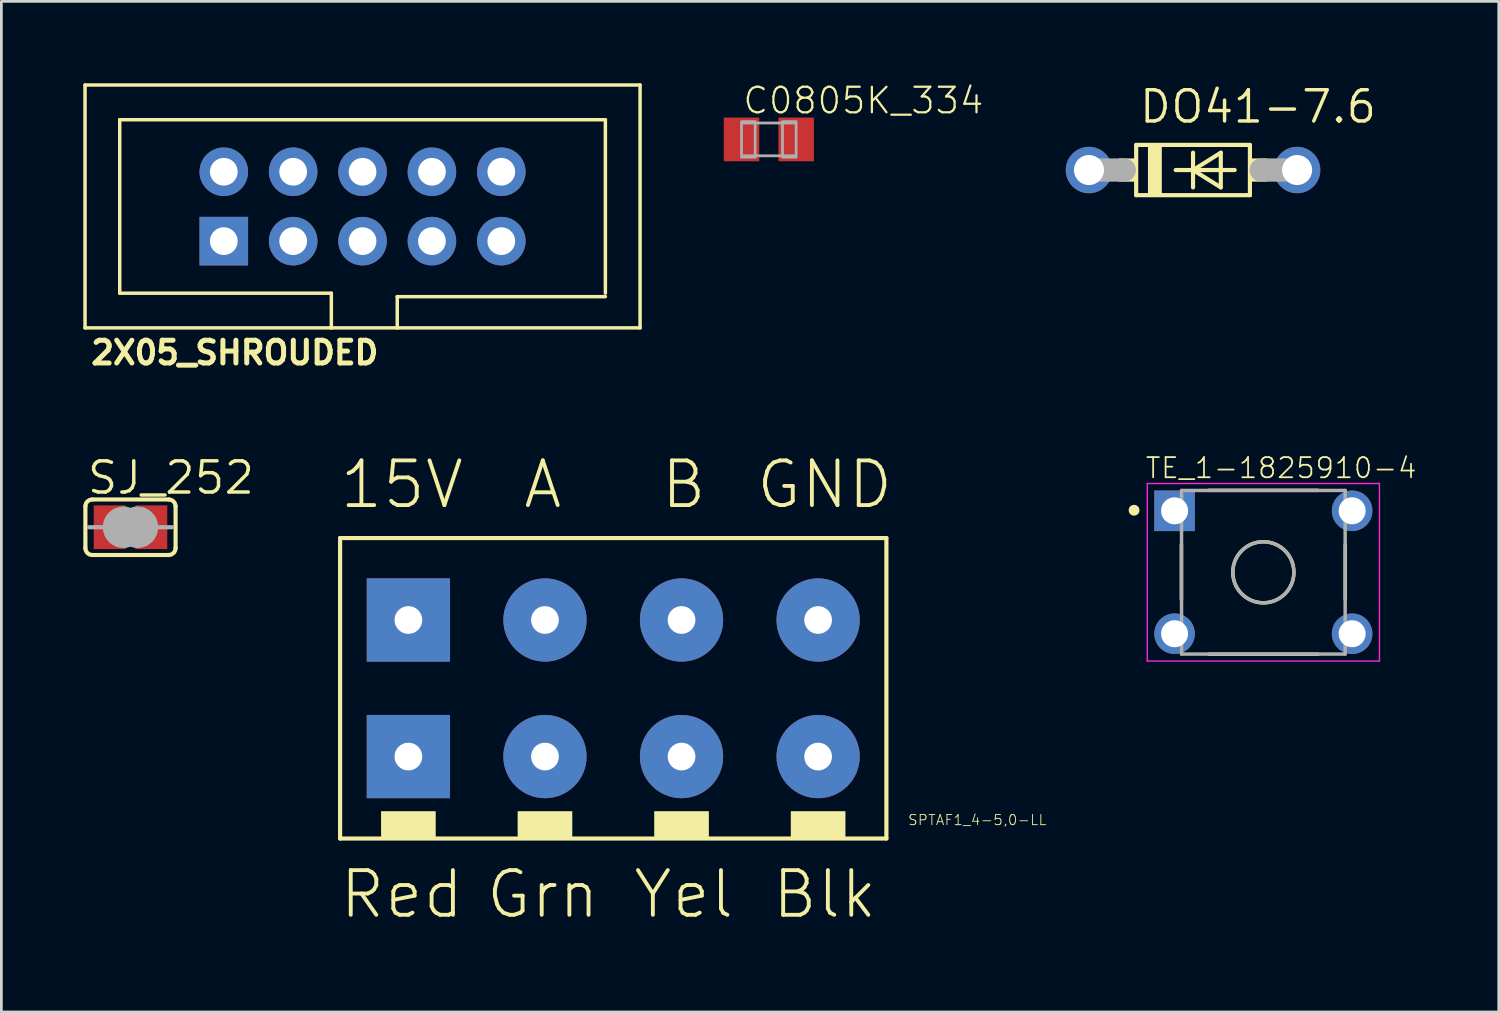
<source format=kicad_pcb>
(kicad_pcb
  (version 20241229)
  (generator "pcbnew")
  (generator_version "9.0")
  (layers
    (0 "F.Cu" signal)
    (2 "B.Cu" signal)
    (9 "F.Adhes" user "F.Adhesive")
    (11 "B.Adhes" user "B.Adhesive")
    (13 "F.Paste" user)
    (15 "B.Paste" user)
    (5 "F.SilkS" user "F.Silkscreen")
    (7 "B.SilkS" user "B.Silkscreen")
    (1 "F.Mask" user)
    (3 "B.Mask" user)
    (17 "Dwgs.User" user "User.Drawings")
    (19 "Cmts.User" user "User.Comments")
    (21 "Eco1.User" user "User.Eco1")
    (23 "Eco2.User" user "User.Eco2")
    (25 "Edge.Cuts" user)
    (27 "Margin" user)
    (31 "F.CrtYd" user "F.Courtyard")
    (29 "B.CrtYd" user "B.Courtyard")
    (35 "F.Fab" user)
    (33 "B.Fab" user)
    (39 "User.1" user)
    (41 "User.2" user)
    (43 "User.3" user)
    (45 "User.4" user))
  (footprint "SPTAF1_4-5,0-LL"
    (layer "F.Cu")
    (at 19.614 22.108)
    (property "Reference" "SPTAF1_4-5,0-LL" (at 10.557 5.08 0) (unlocked yes) (layer "F.SilkS") (effects (font (size 0.374 0.374) (thickness 0.033)) (justify left bottom)))
    (fp_line (start -10.213 -5.46) (end -10.213 5.54) (stroke (width 0.152) (type solid)) (layer "F.SilkS"))
    (fp_line (start -10.213 5.54) (end 9.787 5.54) (stroke (width 0.152) (type solid)) (layer "F.SilkS"))
    (fp_line (start 9.787 -5.46) (end -10.213 -5.46) (stroke (width 0.152) (type solid)) (layer "F.SilkS"))
    (fp_line (start 9.787 5.54) (end 9.787 -5.46) (stroke (width 0.152) (type solid)) (layer "F.SilkS"))
    (fp_poly (pts (xy -6.713 4.54) (xy -8.713 4.54) (xy -8.713 5.54) (xy -6.713 5.54)) (stroke (width 0) (type default)) (fill yes) (layer "F.SilkS"))
    (fp_poly (pts (xy -1.713 4.54) (xy -3.713 4.54) (xy -3.713 5.54) (xy -1.713 5.54)) (stroke (width 0) (type default)) (fill yes) (layer "F.SilkS"))
    (fp_poly (pts (xy 3.287 4.54) (xy 1.287 4.54) (xy 1.287 5.54) (xy 3.287 5.54)) (stroke (width 0) (type default)) (fill yes) (layer "F.SilkS"))
    (fp_poly (pts (xy 8.287 4.54) (xy 6.287 4.54) (xy 6.287 5.54) (xy 8.287 5.54)) (stroke (width 0) (type default)) (fill yes) (layer "F.SilkS"))
    (fp_text user "B" (at 2.367 -6.46 0) (unlocked yes) (layer "F.SilkS") (effects (font (size 1.636 1.636) (thickness 0.142)) (justify bottom)))
    (fp_text user "GND" (at 7.527 -6.46 0) (unlocked yes) (layer "F.SilkS") (effects (font (size 1.636 1.636) (thickness 0.142)) (justify bottom)))
    (fp_text user "Yel" (at 2.367 8.54 0) (unlocked yes) (layer "F.SilkS") (effects (font (size 1.636 1.636) (thickness 0.142)) (justify bottom)))
    (fp_text user "Blk" (at 7.527 8.54 0) (unlocked yes) (layer "F.SilkS") (effects (font (size 1.636 1.636) (thickness 0.142)) (justify bottom)))
    (fp_text user "A" (at -2.793 -6.46 0) (unlocked yes) (layer "F.SilkS") (effects (font (size 1.636 1.636) (thickness 0.142)) (justify bottom)))
    (fp_text user "Grn" (at -2.793 8.54 0) (unlocked yes) (layer "F.SilkS") (effects (font (size 1.636 1.636) (thickness 0.142)) (justify bottom)))
    (fp_text user "15V" (at -7.953 -6.46 0) (unlocked yes) (layer "F.SilkS") (effects (font (size 1.636 1.636) (thickness 0.142)) (justify bottom)))
    (fp_text user "Red" (at -7.953 8.54 0) (unlocked yes) (layer "F.SilkS") (effects (font (size 1.636 1.636) (thickness 0.142)) (justify bottom)))
    (pad "1" thru_hole rect (at -7.713 2.54 180) (size 3.048 3.048) (drill 1.016) (layers "*.Cu" "*.Mask"))
    (pad "1@1" thru_hole rect (at -7.713 -2.46 180) (size 3.048 3.048) (drill 1.016) (layers "*.Cu" "*.Mask"))
    (pad "2" thru_hole circle (at -2.713 2.54 180) (size 3.048 3.048) (drill 1.016) (layers "*.Cu" "*.Mask"))
    (pad "2@1" thru_hole circle (at -2.713 -2.46 180) (size 3.048 3.048) (drill 1.016) (layers "*.Cu" "*.Mask"))
    (pad "3" thru_hole circle (at 2.287 2.54 180) (size 3.048 3.048) (drill 1.016) (layers "*.Cu" "*.Mask"))
    (pad "3@1" thru_hole circle (at 2.287 -2.46 180) (size 3.048 3.048) (drill 1.016) (layers "*.Cu" "*.Mask"))
    (pad "4" thru_hole circle (at 7.287 2.54 180) (size 3.048 3.048) (drill 1.016) (layers "*.Cu" "*.Mask"))
    (pad "4@1" thru_hole circle (at 7.287 -2.46 180) (size 3.048 3.048) (drill 1.016) (layers "*.Cu" "*.Mask")))
  (footprint "2X05_SHROUDED"
    (layer "F.Cu")
    (at 10.223 4.508)
    (property "Reference" "2X05_SHROUDED" (at -10.033 5.842 0) (unlocked yes) (layer "F.SilkS") (effects (font (size 0.833 0.833) (thickness 0.183)) (justify left bottom)))
    (fp_line (start -10.16 -4.445) (end -10.16 4.445) (stroke (width 0.127) (type solid)) (layer "F.SilkS"))
    (fp_line (start -8.89 -3.175) (end -8.89 3.175) (stroke (width 0.127) (type solid)) (layer "F.SilkS"))
    (fp_line (start -8.89 3.175) (end -1.143 3.175) (stroke (width 0.127) (type solid)) (layer "F.SilkS"))
    (fp_line (start -1.143 3.175) (end -1.143 4.445) (stroke (width 0.127) (type solid)) (layer "F.SilkS"))
    (fp_line (start -1.143 4.445) (end -10.16 4.445) (stroke (width 0.127) (type solid)) (layer "F.SilkS"))
    (fp_line (start -1.143 4.445) (end 1.27 4.445) (stroke (width 0.127) (type solid)) (layer "F.SilkS"))
    (fp_line (start 1.27 3.302) (end 1.27 4.445) (stroke (width 0.127) (type solid)) (layer "F.SilkS"))
    (fp_line (start 1.27 4.445) (end 10.16 4.445) (stroke (width 0.127) (type solid)) (layer "F.SilkS"))
    (fp_line (start 8.89 -3.175) (end -8.89 -3.175) (stroke (width 0.127) (type solid)) (layer "F.SilkS"))
    (fp_line (start 8.89 3.175) (end 8.89 -3.175) (stroke (width 0.127) (type solid)) (layer "F.SilkS"))
    (fp_line (start 8.89 3.302) (end 1.27 3.302) (stroke (width 0.127) (type solid)) (layer "F.SilkS"))
    (fp_line (start 10.16 -4.445) (end -10.16 -4.445) (stroke (width 0.127) (type solid)) (layer "F.SilkS"))
    (fp_line (start 10.16 4.445) (end 10.16 -4.445) (stroke (width 0.127) (type solid)) (layer "F.SilkS"))
    (pad "1" thru_hole rect (at -5.08 1.27) (size 1.778 1.778) (drill 1.016) (layers "*.Cu" "*.Mask"))
    (pad "2" thru_hole circle (at -5.08 -1.27) (size 1.778 1.778) (drill 1.016) (layers "*.Cu" "*.Mask"))
    (pad "3" thru_hole circle (at -2.54 1.27) (size 1.778 1.778) (drill 1.016) (layers "*.Cu" "*.Mask"))
    (pad "4" thru_hole circle (at -2.54 -1.27) (size 1.778 1.778) (drill 1.016) (layers "*.Cu" "*.Mask"))
    (pad "5" thru_hole circle (at 0 1.27) (size 1.778 1.778) (drill 1.016) (layers "*.Cu" "*.Mask"))
    (pad "6" thru_hole circle (at 0 -1.27) (size 1.778 1.778) (drill 1.016) (layers "*.Cu" "*.Mask"))
    (pad "7" thru_hole circle (at 2.54 1.27) (size 1.778 1.778) (drill 1.016) (layers "*.Cu" "*.Mask"))
    (pad "8" thru_hole circle (at 2.54 -1.27) (size 1.778 1.778) (drill 1.016) (layers "*.Cu" "*.Mask"))
    (pad "9" thru_hole circle (at 5.08 1.27) (size 1.778 1.778) (drill 1.016) (layers "*.Cu" "*.Mask"))
    (pad "10" thru_hole circle (at 5.08 -1.27) (size 1.778 1.778) (drill 1.016) (layers "*.Cu" "*.Mask")))
  (footprint "TE_1-1825910-4"
    (layer "F.Cu")
    (at 43.201 17.901)
    (property "Reference" "TE_1-1825910-4" (at -4.357 -3.386 0) (unlocked yes) (layer "F.SilkS") (effects (font (size 0.737 0.737) (thickness 0.064)) (justify left bottom)))
    (fp_line (start -3 -1) (end -3 1) (stroke (width 0.127) (type solid)) (layer "F.SilkS"))
    (fp_line (start -2 -3) (end 2 -3) (stroke (width 0.127) (type solid)) (layer "F.SilkS"))
    (fp_line (start -2 3) (end 2 3) (stroke (width 0.127) (type solid)) (layer "F.SilkS"))
    (fp_line (start 3 -1) (end 3 1) (stroke (width 0.127) (type solid)) (layer "F.SilkS"))
    (fp_circle (center -4.733 -2.271) (end -4.633 -2.271) (stroke (width 0.2) (type solid)) (fill no) (layer "F.SilkS"))
    (fp_circle (center 0 0) (end 1.118 0) (stroke (width 0.127) (type solid)) (fill no) (layer "F.SilkS"))
    (fp_line (start -4.25 -3.25) (end -4.25 3.25) (stroke (width 0.05) (type solid)) (layer "F.CrtYd"))
    (fp_line (start -4.25 3.25) (end 4.25 3.25) (stroke (width 0.05) (type solid)) (layer "F.CrtYd"))
    (fp_line (start 4.25 -3.25) (end -4.25 -3.25) (stroke (width 0.05) (type solid)) (layer "F.CrtYd"))
    (fp_line (start 4.25 3.25) (end 4.25 -3.25) (stroke (width 0.05) (type solid)) (layer "F.CrtYd"))
    (fp_line (start -2.995 -2.995) (end -2.995 2.995) (stroke (width 0.127) (type solid)) (layer "F.Fab"))
    (fp_line (start -2.995 2.995) (end 2.995 2.995) (stroke (width 0.127) (type solid)) (layer "F.Fab"))
    (fp_line (start 2.995 -2.995) (end -2.995 -2.995) (stroke (width 0.127) (type solid)) (layer "F.Fab"))
    (fp_line (start 2.995 2.995) (end 2.995 -2.995) (stroke (width 0.127) (type solid)) (layer "F.Fab"))
    (fp_circle (center 0 0) (end 1.118 0) (stroke (width 0.127) (type solid)) (fill no) (layer "F.Fab"))
    (pad "1" thru_hole rect (at -3.25 -2.25) (size 1.485 1.485) (drill 0.99) (layers "*.Cu" "*.Mask"))
    (pad "2" thru_hole circle (at 3.25 -2.25) (size 1.485 1.485) (drill 0.99) (layers "*.Cu" "*.Mask"))
    (pad "3" thru_hole circle (at -3.25 2.25) (size 1.485 1.485) (drill 0.99) (layers "*.Cu" "*.Mask"))
    (pad "4" thru_hole circle (at 3.25 2.25) (size 1.485 1.485) (drill 0.99) (layers "*.Cu" "*.Mask")))
  (footprint "DO41-7.6"
    (layer "F.Cu")
    (at 40.627 3.175)
    (property "Reference" "DO41-7.6" (at -2.032 -1.651 0) (unlocked yes) (layer "F.SilkS") (effects (font (size 1.143 1.143) (thickness 0.127)) (justify left bottom)))
    (fp_line (start -2.082 -0.92) (end -2.082 0.92) (stroke (width 0.152) (type solid)) (layer "F.SilkS"))
    (fp_line (start -2.082 -0.92) (end 2.082 -0.92) (stroke (width 0.152) (type solid)) (layer "F.SilkS"))
    (fp_line (start -0.635 0) (end 0 0) (stroke (width 0.152) (type solid)) (layer "F.SilkS"))
    (fp_line (start 0 -0.635) (end 0 0) (stroke (width 0.152) (type solid)) (layer "F.SilkS"))
    (fp_line (start 0 0) (end 0 0.635) (stroke (width 0.152) (type solid)) (layer "F.SilkS"))
    (fp_line (start 0 0) (end 1.016 -0.635) (stroke (width 0.152) (type solid)) (layer "F.SilkS"))
    (fp_line (start 0 0) (end 1.524 0) (stroke (width 0.152) (type solid)) (layer "F.SilkS"))
    (fp_line (start 1.016 -0.635) (end 1.016 0.635) (stroke (width 0.152) (type solid)) (layer "F.SilkS"))
    (fp_line (start 1.016 0.635) (end 0 0) (stroke (width 0.152) (type solid)) (layer "F.SilkS"))
    (fp_line (start 2.082 0.92) (end -2.082 0.92) (stroke (width 0.152) (type solid)) (layer "F.SilkS"))
    (fp_line (start 2.082 0.92) (end 2.082 -0.92) (stroke (width 0.152) (type solid)) (layer "F.SilkS"))
    (fp_poly (pts (xy -2.717 0.425) (xy -2.082 0.425) (xy -2.082 -0.425) (xy -2.717 -0.425)) (stroke (width 0) (type default)) (fill yes) (layer "F.SilkS"))
    (fp_poly (pts (xy -1.651 0.95) (xy -1.143 0.95) (xy -1.143 -0.92) (xy -1.651 -0.92)) (stroke (width 0) (type default)) (fill yes) (layer "F.SilkS"))
    (fp_poly (pts (xy 2.082 0.425) (xy 2.717 0.425) (xy 2.717 -0.425) (xy 2.082 -0.425)) (stroke (width 0) (type default)) (fill yes) (layer "F.SilkS"))
    (fp_line (start -3.81 0) (end -2.519 0) (stroke (width 0.85) (type solid)) (layer "F.Fab"))
    (fp_line (start 3.81 0) (end 2.494 0) (stroke (width 0.85) (type solid)) (layer "F.Fab"))
    (pad "A" thru_hole circle (at 3.81 0) (size 1.7 1.7) (drill 1.1) (layers "*.Cu" "*.Mask"))
    (pad "C" thru_hole circle (at -3.81 0) (size 1.7 1.7) (drill 1.1) (layers "*.Cu" "*.Mask")))
  (footprint "C0805K_334"
    (layer "F.Cu")
    (at 25.097 2.054)
    (property "Reference" "C0805K_334" (at -1 -0.875 0) (unlocked yes) (layer "F.SilkS") (effects (font (size 0.935 0.935) (thickness 0.081)) (justify left bottom)))
    (fp_line (start -0.925 -0.6) (end 0.925 -0.6) (stroke (width 0.102) (type solid)) (layer "F.Fab"))
    (fp_line (start 0.925 0.6) (end -0.925 0.6) (stroke (width 0.102) (type solid)) (layer "F.Fab"))
    (fp_poly (pts (xy -1 0.65) (xy -0.5 0.65) (xy -0.5 -0.65) (xy -1 -0.65)) (stroke (width 0.1) (type default)) (fill no) (layer "F.Fab"))
    (fp_poly (pts (xy 0.5 0.65) (xy 1 0.65) (xy 1 -0.65) (xy 0.5 -0.65)) (stroke (width 0.1) (type default)) (fill no) (layer "F.Fab"))
    (pad "1" smd rect (at -1 0) (size 1.3 1.6) (layers "F.Cu" "F.Mask" "F.Paste"))
    (pad "2" smd rect (at 1 0) (size 1.3 1.6) (layers "F.Cu" "F.Mask" "F.Paste")))
  (footprint "SJ_252"
    (layer "F.Cu")
    (at 1.727 16.252)
    (property "Reference" "SJ_252" (at -1.651 -1.143 0) (unlocked yes) (layer "F.SilkS") (effects (font (size 1.143 1.143) (thickness 0.127)) (justify left bottom)))
    (fp_poly (pts (xy -0.076 0.914) (xy 0.076 0.914) (xy 0.076 -0.914) (xy -0.076 -0.914)) (stroke (width 0) (type default)) (fill yes) (layer "F.Mask"))
    (fp_line (start -1.651 0.762) (end -1.651 -0.762) (stroke (width 0.152) (type solid)) (layer "F.SilkS"))
    (fp_line (start -1.397 -1.016) (end 1.397 -1.016) (stroke (width 0.152) (type solid)) (layer "F.SilkS"))
    (fp_line (start 1.397 1.016) (end -1.397 1.016) (stroke (width 0.152) (type solid)) (layer "F.SilkS"))
    (fp_line (start 1.651 0.762) (end 1.651 -0.762) (stroke (width 0.152) (type solid)) (layer "F.SilkS"))
    (fp_arc (start -1.651 -0.762) (mid -1.576605 -0.941605) (end -1.397 -1.016) (stroke (width 0.1524) (type solid)) (layer "F.SilkS"))
    (fp_arc (start -1.397 1.016) (mid -1.576605 0.941605) (end -1.651 0.762) (stroke (width 0.1524) (type solid)) (layer "F.SilkS"))
    (fp_arc (start 1.397 -1.016) (mid 1.576605 -0.941605) (end 1.651 -0.762) (stroke (width 0.1524) (type solid)) (layer "F.SilkS"))
    (fp_arc (start 1.651 0.762) (mid 1.576605 0.941605) (end 1.397 1.016) (stroke (width 0.1524) (type solid)) (layer "F.SilkS"))
    (fp_line (start -1.016 0) (end -1.524 0) (stroke (width 0.152) (type solid)) (layer "F.Fab"))
    (fp_line (start 1.016 0) (end 1.524 0) (stroke (width 0.152) (type solid)) (layer "F.Fab"))
    (fp_arc (start -0.254 0.127) (mid -0.381 0) (end -0.254 -0.127) (stroke (width 1.27) (type solid)) (layer "F.Fab"))
    (fp_arc (start 0.254 -0.127) (mid 0.381 0) (end 0.254 0.127) (stroke (width 1.27) (type solid)) (layer "F.Fab"))
    (pad "1" smd rect (at -0.762 0) (size 1.168 1.6) (layers "F.Cu" "F.Mask" "F.Paste"))
    (pad "2" smd rect (at 0.762 0) (size 1.168 1.6) (layers "F.Cu" "F.Mask" "F.Paste")))
  (gr_rect
    (start -3 -3)
    (end 51.819 33.999)
    (stroke (width 0.1) (type default))
    (fill no)
    (layer "Edge.Cuts")))
</source>
